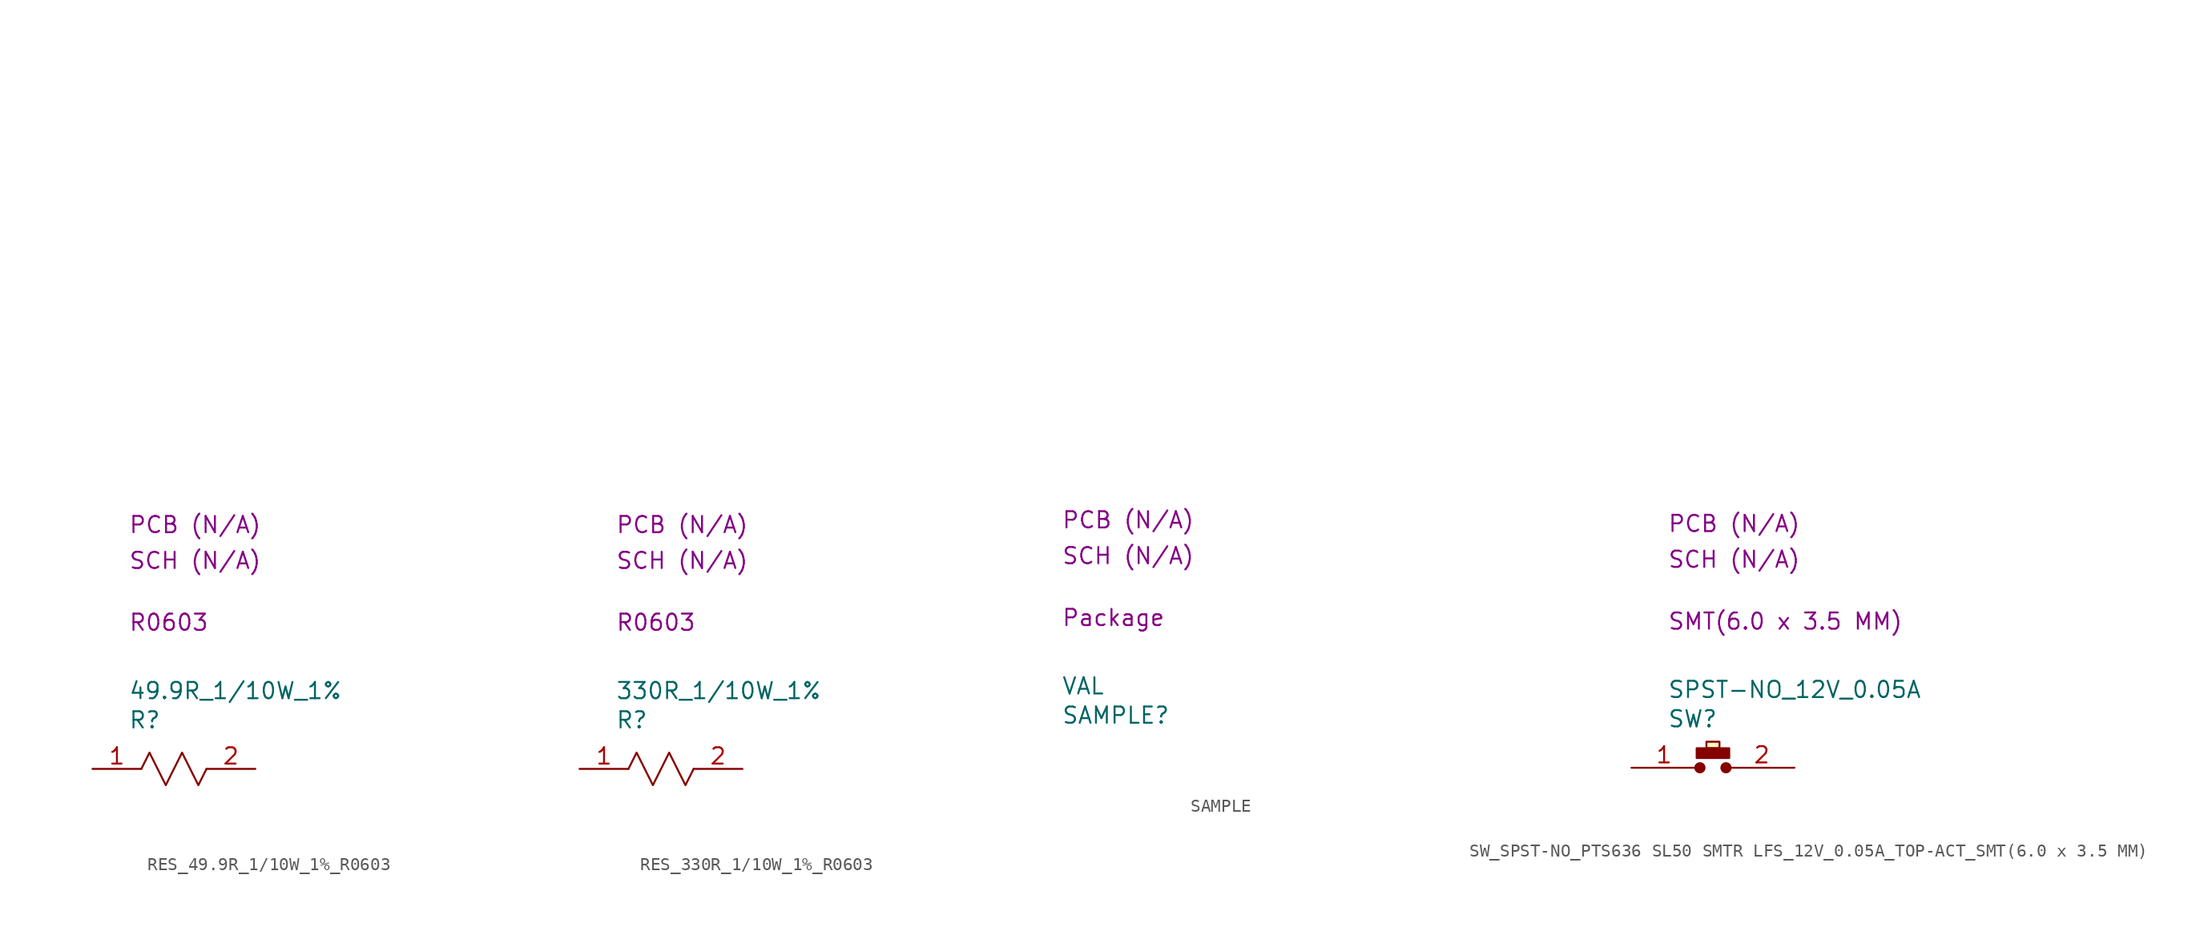
<source format=kicad_sym>
(kicad_symbol_lib
  (version 20231120)
  (generator "kicad_symbol_editor")
  (generator_version "8.0")
  (symbol "RES_49.9R_1/10W_1%_R0603"
    (property "Reference" "R"
      (at 2.794 3.81 0)
      (effects (font (size 1.27 1.27)) (justify left)))
    (property "Value" "49.9R_1/10W_1%"
      (at 2.794 6.096 0)
      (effects (font (size 1.27 1.27)) (justify left)))
    (property "Package" "R0603"
      (at 2.794 11.43 0)
      (effects (font (size 1.27 1.27)) (justify left)))
    (property "SCH CHECK" "SCH (N/A)"
      (at 2.794 16.256 0)
      (effects (font (size 1.27 1.27)) (justify left)))
    (property "PCB CHECk" "PCB (N/A)"
      (at 2.794 19.05 0)
      (effects (font (size 1.27 1.27)) (justify left)))
    (symbol "RES_49.9R_1/10W_1%_R0603_0_1"
      (polyline private (pts (xy 2.54 2.54) (xy 27.94 2.54)) (stroke (width 0) (type default)) (fill (type none)))
      (polyline private (pts (xy 2.54 5.08) (xy 27.94 5.08)) (stroke (width 0) (type default)) (fill (type none)))
      (polyline private (pts (xy 2.54 7.62) (xy 27.94 7.62)) (stroke (width 0) (type default)) (fill (type none)))
      (polyline private (pts (xy 2.54 10.16) (xy 27.94 10.16)) (stroke (width 0) (type default)) (fill (type none)))
      (polyline private (pts (xy 2.54 12.7) (xy 27.94 12.7)) (stroke (width 0) (type default)) (fill (type none)))
      (polyline private (pts (xy 2.54 15.24) (xy 27.94 15.24)) (stroke (width 0) (type default)) (fill (type none)))
      (polyline private (pts (xy 2.54 17.78) (xy 27.94 17.78)) (stroke (width 0) (type default)) (fill (type none)))
      (polyline private (pts (xy 2.54 20.32) (xy 27.94 20.32)) (stroke (width 0) (type default)) (fill (type none)))
      (polyline private (pts (xy 2.54 22.86) (xy 27.94 22.86)) (stroke (width 0) (type default)) (fill (type none)))
      (polyline private (pts (xy 2.54 25.4) (xy 27.94 25.4)) (stroke (width 0) (type default)) (fill (type none)))
      (polyline private (pts (xy 2.54 27.94) (xy 27.94 27.94)) (stroke (width 0) (type default)) (fill (type none)))
      (polyline private (pts (xy 2.54 30.48) (xy 27.94 30.48)) (stroke (width 0) (type default)) (fill (type none)))
      (polyline private (pts (xy 2.54 33.02) (xy 27.94 33.02)) (stroke (width 0) (type default)) (fill (type none)))
      (polyline private (pts (xy 2.54 35.56) (xy 27.94 35.56)) (stroke (width 0) (type default)) (fill (type none)))
      (polyline private (pts (xy 2.54 38.1) (xy 27.94 38.1)) (stroke (width 0) (type default)) (fill (type none)))
      (polyline private (pts (xy 2.54 40.64) (xy 27.94 40.64)) (stroke (width 0) (type default)) (fill (type none)))
      (polyline private (pts (xy 2.54 43.18) (xy 27.94 43.18)) (stroke (width 0) (type default)) (fill (type none)))
      (polyline private (pts (xy 2.54 45.72) (xy 27.94 45.72)) (stroke (width 0) (type default)) (fill (type none)))
      (polyline private (pts (xy 2.54 48.26) (xy 27.94 48.26)) (stroke (width 0) (type default)) (fill (type none)))
      (polyline private (pts (xy 2.54 50.8) (xy 27.94 50.8)) (stroke (width 0) (type default)) (fill (type none)))
      (polyline (pts (xy 3.81 0) (xy 4.445 1.27) (xy 5.715 -1.27) (xy 6.985 1.27) (xy 8.255 -1.27) (xy 8.89 0)) (stroke (width 0) (type default)) (fill (type none))))
    (symbol "RES_49.9R_1/10W_1%_R0603_1_1"
      (pin passive line (at 0 0 0) (length 3.81) (name "" (effects (font (size 1.27 1.27)))) (number "1" (effects (font (size 1.27 1.27)))))
      (pin passive line (at 12.7 0 180) (length 3.81) (name "" (effects (font (size 1.27 1.27)))) (number "2" (effects (font (size 1.27 1.27)))))))
  (symbol "RES_330R_1/10W_1%_R0603"
    (property "Reference" "R"
      (at 2.794 3.81 0)
      (effects (font (size 1.27 1.27)) (justify left)))
    (property "Value" "330R_1/10W_1%"
      (at 2.794 6.096 0)
      (effects (font (size 1.27 1.27)) (justify left)))
    (property "Package" "R0603"
      (at 2.794 11.43 0)
      (effects (font (size 1.27 1.27)) (justify left)))
    (property "SCH CHECK" "SCH (N/A)"
      (at 2.794 16.256 0)
      (effects (font (size 1.27 1.27)) (justify left)))
    (property "PCB CHECk" "PCB (N/A)"
      (at 2.794 19.05 0)
      (effects (font (size 1.27 1.27)) (justify left)))
    (symbol "RES_330R_1/10W_1%_R0603_0_1"
      (polyline private (pts (xy 2.54 2.54) (xy 27.94 2.54)) (stroke (width 0) (type default)) (fill (type none)))
      (polyline private (pts (xy 2.54 5.08) (xy 27.94 5.08)) (stroke (width 0) (type default)) (fill (type none)))
      (polyline private (pts (xy 2.54 7.62) (xy 27.94 7.62)) (stroke (width 0) (type default)) (fill (type none)))
      (polyline private (pts (xy 2.54 10.16) (xy 27.94 10.16)) (stroke (width 0) (type default)) (fill (type none)))
      (polyline private (pts (xy 2.54 12.7) (xy 27.94 12.7)) (stroke (width 0) (type default)) (fill (type none)))
      (polyline private (pts (xy 2.54 15.24) (xy 27.94 15.24)) (stroke (width 0) (type default)) (fill (type none)))
      (polyline private (pts (xy 2.54 17.78) (xy 27.94 17.78)) (stroke (width 0) (type default)) (fill (type none)))
      (polyline private (pts (xy 2.54 20.32) (xy 27.94 20.32)) (stroke (width 0) (type default)) (fill (type none)))
      (polyline private (pts (xy 2.54 22.86) (xy 27.94 22.86)) (stroke (width 0) (type default)) (fill (type none)))
      (polyline private (pts (xy 2.54 25.4) (xy 27.94 25.4)) (stroke (width 0) (type default)) (fill (type none)))
      (polyline private (pts (xy 2.54 27.94) (xy 27.94 27.94)) (stroke (width 0) (type default)) (fill (type none)))
      (polyline private (pts (xy 2.54 30.48) (xy 27.94 30.48)) (stroke (width 0) (type default)) (fill (type none)))
      (polyline private (pts (xy 2.54 33.02) (xy 27.94 33.02)) (stroke (width 0) (type default)) (fill (type none)))
      (polyline private (pts (xy 2.54 35.56) (xy 27.94 35.56)) (stroke (width 0) (type default)) (fill (type none)))
      (polyline private (pts (xy 2.54 38.1) (xy 27.94 38.1)) (stroke (width 0) (type default)) (fill (type none)))
      (polyline private (pts (xy 2.54 40.64) (xy 27.94 40.64)) (stroke (width 0) (type default)) (fill (type none)))
      (polyline private (pts (xy 2.54 43.18) (xy 27.94 43.18)) (stroke (width 0) (type default)) (fill (type none)))
      (polyline private (pts (xy 2.54 45.72) (xy 27.94 45.72)) (stroke (width 0) (type default)) (fill (type none)))
      (polyline private (pts (xy 2.54 48.26) (xy 27.94 48.26)) (stroke (width 0) (type default)) (fill (type none)))
      (polyline private (pts (xy 2.54 50.8) (xy 27.94 50.8)) (stroke (width 0) (type default)) (fill (type none)))
      (polyline (pts (xy 3.81 0) (xy 4.445 1.27) (xy 5.715 -1.27) (xy 6.985 1.27) (xy 8.255 -1.27) (xy 8.89 0)) (stroke (width 0) (type default)) (fill (type none))))
    (symbol "RES_330R_1/10W_1%_R0603_1_1"
      (pin passive line (at 0 0 0) (length 3.81) (name "" (effects (font (size 1.27 1.27)))) (number "1" (effects (font (size 1.27 1.27)))))
      (pin passive line (at 12.7 0 180) (length 3.81) (name "" (effects (font (size 1.27 1.27)))) (number "2" (effects (font (size 1.27 1.27)))))))
  (symbol "SAMPLE"
    (property "Reference" "SAMPLE"
      (at 2.794 3.81 0)
      (effects (font (size 1.27 1.27)) (justify left)))
    (property "Value" "VAL"
      (at 2.794 6.096 0)
      (effects (font (size 1.27 1.27)) (justify left)))
    (property "Package" "Package"
      (at 2.794 11.43 0)
      (effects (font (size 1.27 1.27)) (justify left)))
    (property "SCH CHECK" "SCH (N/A)"
      (at 2.794 16.256 0)
      (effects (font (size 1.27 1.27)) (justify left)))
    (property "PCB CHECk" "PCB (N/A)"
      (at 2.794 19.05 0)
      (effects (font (size 1.27 1.27)) (justify left)))
    (symbol "SAMPLE_0_1"
      (polyline private (pts (xy 2.54 2.54) (xy 27.94 2.54)) (stroke (width 0) (type default)) (fill (type none)))
      (polyline private (pts (xy 2.54 5.08) (xy 27.94 5.08)) (stroke (width 0) (type default)) (fill (type none)))
      (polyline private (pts (xy 2.54 7.62) (xy 27.94 7.62)) (stroke (width 0) (type default)) (fill (type none)))
      (polyline private (pts (xy 2.54 10.16) (xy 27.94 10.16)) (stroke (width 0) (type default)) (fill (type none)))
      (polyline private (pts (xy 2.54 12.7) (xy 27.94 12.7)) (stroke (width 0) (type default)) (fill (type none)))
      (polyline private (pts (xy 2.54 15.24) (xy 27.94 15.24)) (stroke (width 0) (type default)) (fill (type none)))
      (polyline private (pts (xy 2.54 17.78) (xy 27.94 17.78)) (stroke (width 0) (type default)) (fill (type none)))
      (polyline private (pts (xy 2.54 20.32) (xy 27.94 20.32)) (stroke (width 0) (type default)) (fill (type none)))
      (polyline private (pts (xy 2.54 22.86) (xy 27.94 22.86)) (stroke (width 0) (type default)) (fill (type none)))
      (polyline private (pts (xy 2.54 25.4) (xy 27.94 25.4)) (stroke (width 0) (type default)) (fill (type none)))
      (polyline private (pts (xy 2.54 27.94) (xy 27.94 27.94)) (stroke (width 0) (type default)) (fill (type none)))
      (polyline private (pts (xy 2.54 30.48) (xy 27.94 30.48)) (stroke (width 0) (type default)) (fill (type none)))
      (polyline private (pts (xy 2.54 33.02) (xy 27.94 33.02)) (stroke (width 0) (type default)) (fill (type none)))
      (polyline private (pts (xy 2.54 35.56) (xy 27.94 35.56)) (stroke (width 0) (type default)) (fill (type none)))
      (polyline private (pts (xy 2.54 38.1) (xy 27.94 38.1)) (stroke (width 0) (type default)) (fill (type none)))
      (polyline private (pts (xy 2.54 40.64) (xy 27.94 40.64)) (stroke (width 0) (type default)) (fill (type none)))
      (polyline private (pts (xy 2.54 43.18) (xy 27.94 43.18)) (stroke (width 0) (type default)) (fill (type none)))
      (polyline private (pts (xy 2.54 45.72) (xy 27.94 45.72)) (stroke (width 0) (type default)) (fill (type none)))
      (polyline private (pts (xy 2.54 48.26) (xy 27.94 48.26)) (stroke (width 0) (type default)) (fill (type none)))
      (polyline private (pts (xy 2.54 50.8) (xy 27.94 50.8)) (stroke (width 0) (type default)) (fill (type none)))))
  (symbol "SW_SPST-NO_PTS636 SL50 SMTR LFS_12V_0.05A_TOP-ACT_SMT(6.0 x 3.5 MM)"
    (property "Reference" "SW"
      (at 2.794 3.81 0)
      (effects (font (size 1.27 1.27)) (justify left)))
    (property "Value" "SPST-NO_12V_0.05A"
      (at 2.794 6.096 0)
      (effects (font (size 1.27 1.27)) (justify left)))
    (property "Package" "SMT(6.0 x 3.5 MM)"
      (at 2.794 11.43 0)
      (effects (font (size 1.27 1.27)) (justify left)))
    (property "SCH CHECK" "SCH (N/A)"
      (at 2.794 16.256 0)
      (effects (font (size 1.27 1.27)) (justify left)))
    (property "PCB CHECk" "PCB (N/A)"
      (at 2.794 19.05 0)
      (effects (font (size 1.27 1.27)) (justify left)))
    (symbol "SW_SPST-NO_PTS636 SL50 SMTR LFS_12V_0.05A_TOP-ACT_SMT(6.0 x 3.5 MM)_0_1"
      (polyline private (pts (xy 2.54 2.54) (xy 27.94 2.54)) (stroke (width 0) (type default)) (fill (type none)))
      (polyline private (pts (xy 2.54 5.08) (xy 27.94 5.08)) (stroke (width 0) (type default)) (fill (type none)))
      (polyline private (pts (xy 2.54 7.62) (xy 27.94 7.62)) (stroke (width 0) (type default)) (fill (type none)))
      (polyline private (pts (xy 2.54 10.16) (xy 27.94 10.16)) (stroke (width 0) (type default)) (fill (type none)))
      (polyline private (pts (xy 2.54 12.7) (xy 27.94 12.7)) (stroke (width 0) (type default)) (fill (type none)))
      (polyline private (pts (xy 2.54 15.24) (xy 27.94 15.24)) (stroke (width 0) (type default)) (fill (type none)))
      (polyline private (pts (xy 2.54 17.78) (xy 27.94 17.78)) (stroke (width 0) (type default)) (fill (type none)))
      (polyline private (pts (xy 2.54 20.32) (xy 27.94 20.32)) (stroke (width 0) (type default)) (fill (type none)))
      (polyline private (pts (xy 2.54 22.86) (xy 27.94 22.86)) (stroke (width 0) (type default)) (fill (type none)))
      (polyline private (pts (xy 2.54 25.4) (xy 27.94 25.4)) (stroke (width 0) (type default)) (fill (type none)))
      (polyline private (pts (xy 2.54 27.94) (xy 27.94 27.94)) (stroke (width 0) (type default)) (fill (type none)))
      (polyline private (pts (xy 2.54 30.48) (xy 27.94 30.48)) (stroke (width 0) (type default)) (fill (type none)))
      (polyline private (pts (xy 2.54 33.02) (xy 27.94 33.02)) (stroke (width 0) (type default)) (fill (type none)))
      (polyline private (pts (xy 2.54 35.56) (xy 27.94 35.56)) (stroke (width 0) (type default)) (fill (type none)))
      (polyline private (pts (xy 2.54 38.1) (xy 27.94 38.1)) (stroke (width 0) (type default)) (fill (type none)))
      (polyline private (pts (xy 2.54 40.64) (xy 27.94 40.64)) (stroke (width 0) (type default)) (fill (type none)))
      (polyline private (pts (xy 2.54 43.18) (xy 27.94 43.18)) (stroke (width 0) (type default)) (fill (type none)))
      (polyline private (pts (xy 2.54 45.72) (xy 27.94 45.72)) (stroke (width 0) (type default)) (fill (type none)))
      (polyline private (pts (xy 2.54 48.26) (xy 27.94 48.26)) (stroke (width 0) (type default)) (fill (type none)))
      (polyline private (pts (xy 2.54 50.8) (xy 27.94 50.8)) (stroke (width 0) (type default)) (fill (type none))))
    (symbol "SW_SPST-NO_PTS636 SL50 SMTR LFS_12V_0.05A_TOP-ACT_SMT(6.0 x 3.5 MM)_1_1"
      (rectangle (start 5.08 1.524) (end 7.62 0.762) (stroke (width 0) (type default)) (fill (type outline)))
      (circle (center 5.334 0) (radius 0.359) (stroke (width 0) (type default)) (fill (type outline)))
      (rectangle (start 5.842 2.032) (end 6.858 1.524) (stroke (width 0) (type default)) (fill (type background)))
      (circle (center 7.366 0) (radius 0.359) (stroke (width 0) (type default)) (fill (type outline)))
      (pin passive line (at 0 0 0) (length 5.08) (name "" (effects (font (size 1.27 1.27)))) (number "1" (effects (font (size 1.27 1.27)))))
      (pin passive line (at 12.7 0 180) (length 5.08) (name "" (effects (font (size 1.27 1.27)))) (number "2" (effects (font (size 1.27 1.27))))))))
</source>
